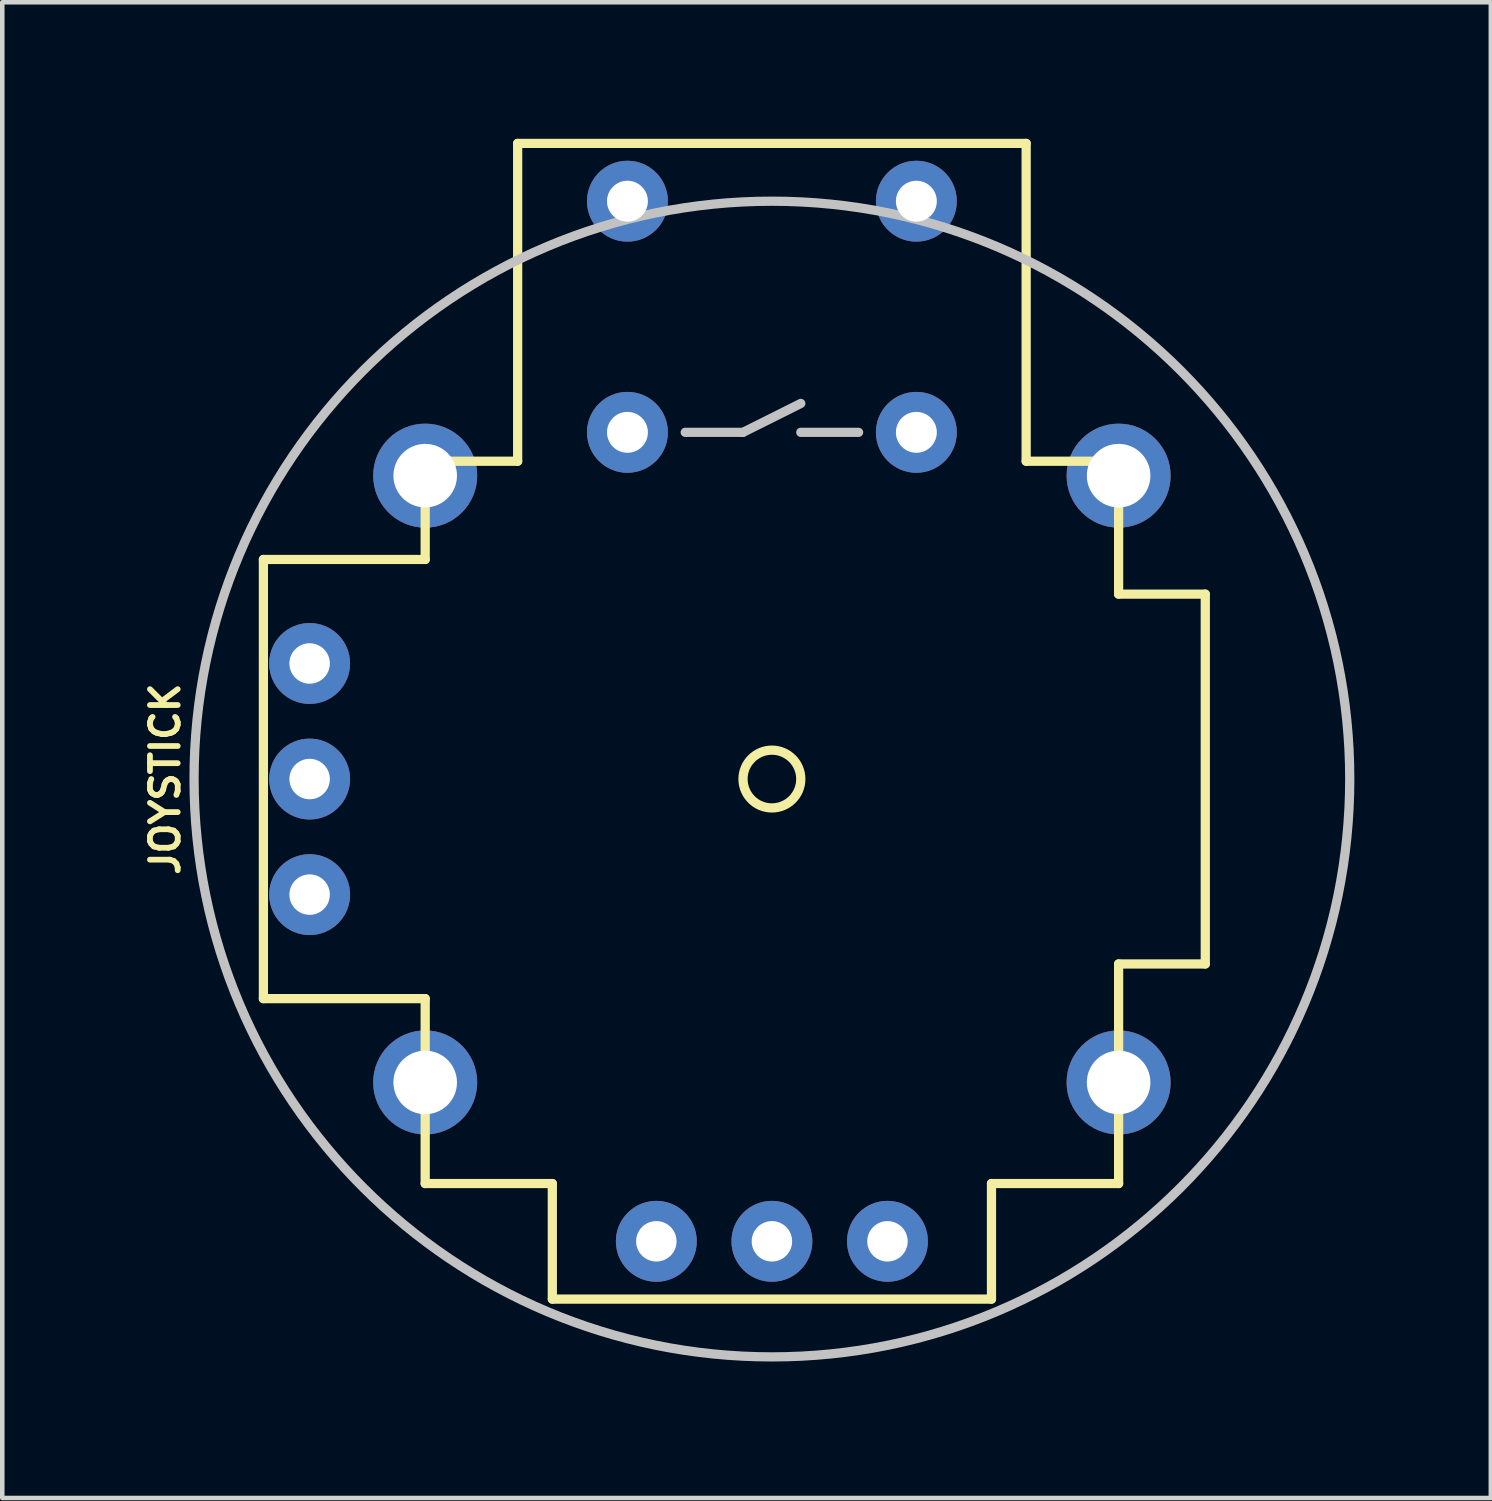
<source format=kicad_pcb>
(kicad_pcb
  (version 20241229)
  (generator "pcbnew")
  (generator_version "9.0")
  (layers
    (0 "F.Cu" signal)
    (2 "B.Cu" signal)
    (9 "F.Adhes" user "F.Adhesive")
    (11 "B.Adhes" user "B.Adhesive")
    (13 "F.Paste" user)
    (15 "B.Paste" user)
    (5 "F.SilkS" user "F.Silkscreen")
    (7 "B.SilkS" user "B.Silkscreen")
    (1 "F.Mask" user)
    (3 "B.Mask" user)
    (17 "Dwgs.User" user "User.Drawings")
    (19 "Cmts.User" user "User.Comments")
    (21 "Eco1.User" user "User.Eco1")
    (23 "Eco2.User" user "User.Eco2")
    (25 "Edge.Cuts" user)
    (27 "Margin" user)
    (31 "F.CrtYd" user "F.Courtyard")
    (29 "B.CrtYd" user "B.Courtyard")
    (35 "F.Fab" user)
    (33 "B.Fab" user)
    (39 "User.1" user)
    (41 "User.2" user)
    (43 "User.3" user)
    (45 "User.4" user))
  (footprint "JOYSTICK"
    (layer "F.Cu")
    (at 13.915 14.072)
    (property "Reference" "JOYSTICK" (at -13.335 0 90) (layer "F.SilkS") (effects (font (size 0.61 0.61) (thickness 0.127))))
    (attr exclude_from_pos_files exclude_from_bom)
    (fp_line (start -11.176 -4.826) (end -11.176 4.826) (stroke (width 0.203) (type solid)) (layer "F.SilkS"))
    (fp_line (start -7.62 -4.826) (end -11.176 -4.826) (stroke (width 0.203) (type solid)) (layer "F.SilkS"))
    (fp_line (start -7.62 -4.826) (end -7.62 -6.985) (stroke (width 0.203) (type solid)) (layer "F.SilkS"))
    (fp_line (start -7.62 4.826) (end -11.176 4.826) (stroke (width 0.203) (type solid)) (layer "F.SilkS"))
    (fp_line (start -7.62 4.826) (end -7.62 8.89) (stroke (width 0.203) (type solid)) (layer "F.SilkS"))
    (fp_line (start -5.588 -13.97) (end -5.588 -6.985) (stroke (width 0.203) (type solid)) (layer "F.SilkS"))
    (fp_line (start -5.588 -6.985) (end -7.62 -6.985) (stroke (width 0.203) (type solid)) (layer "F.SilkS"))
    (fp_line (start -4.826 8.89) (end -7.62 8.89) (stroke (width 0.203) (type solid)) (layer "F.SilkS"))
    (fp_line (start -4.826 11.43) (end -4.826 8.89) (stroke (width 0.203) (type solid)) (layer "F.SilkS"))
    (fp_line (start 4.826 8.89) (end 7.62 8.89) (stroke (width 0.203) (type solid)) (layer "F.SilkS"))
    (fp_line (start 4.826 11.43) (end -4.826 11.43) (stroke (width 0.203) (type solid)) (layer "F.SilkS"))
    (fp_line (start 4.826 11.43) (end 4.826 8.89) (stroke (width 0.203) (type solid)) (layer "F.SilkS"))
    (fp_line (start 5.588 -13.97) (end -5.588 -13.97) (stroke (width 0.203) (type solid)) (layer "F.SilkS"))
    (fp_line (start 5.588 -13.97) (end 5.588 -6.985) (stroke (width 0.203) (type solid)) (layer "F.SilkS"))
    (fp_line (start 7.62 -6.985) (end 5.588 -6.985) (stroke (width 0.203) (type solid)) (layer "F.SilkS"))
    (fp_line (start 7.62 -4.064) (end 7.62 -6.985) (stroke (width 0.203) (type solid)) (layer "F.SilkS"))
    (fp_line (start 7.62 -4.064) (end 9.525 -4.064) (stroke (width 0.203) (type solid)) (layer "F.SilkS"))
    (fp_line (start 7.62 4.064) (end 7.62 8.89) (stroke (width 0.203) (type solid)) (layer "F.SilkS"))
    (fp_line (start 7.62 4.064) (end 9.525 4.064) (stroke (width 0.203) (type solid)) (layer "F.SilkS"))
    (fp_line (start 9.525 -4.064) (end 9.525 4.064) (stroke (width 0.203) (type solid)) (layer "F.SilkS"))
    (fp_circle (center 0 0) (end 0 -0.635) (stroke (width 0.203) (type solid)) (fill no) (layer "F.SilkS"))
    (fp_line (start -1.905 -7.62) (end -0.635 -7.62) (stroke (width 0.203) (type solid)) (layer "Dwgs.User"))
    (fp_line (start -0.635 -7.62) (end 0.635 -8.255) (stroke (width 0.203) (type solid)) (layer "Dwgs.User"))
    (fp_line (start 0.635 -7.62) (end 1.905 -7.62) (stroke (width 0.203) (type solid)) (layer "Dwgs.User"))
    (fp_circle (center 0 0) (end 0 -12.7) (stroke (width 0.203) (type solid)) (fill no) (layer "Dwgs.User"))
    (pad "B1A" thru_hole circle (at -3.175 -12.7) (size 1.778 1.778) (drill 0.899) (layers "*.Cu" "*.Mask"))
    (pad "B1B" thru_hole circle (at 3.175 -12.7) (size 1.778 1.778) (drill 0.899) (layers "*.Cu" "*.Mask"))
    (pad "B2A" thru_hole circle (at -3.175 -7.62) (size 1.778 1.778) (drill 0.899) (layers "*.Cu" "*.Mask"))
    (pad "B2B" thru_hole circle (at 3.175 -7.62) (size 1.778 1.778) (drill 0.899) (layers "*.Cu" "*.Mask"))
    (pad "H1" thru_hole circle (at -2.54 10.16) (size 1.778 1.778) (drill 0.889) (layers "*.Cu" "*.Mask"))
    (pad "H2" thru_hole circle (at 0 10.16) (size 1.778 1.778) (drill 0.889) (layers "*.Cu" "*.Mask"))
    (pad "H3" thru_hole circle (at 2.54 10.16) (size 1.778 1.778) (drill 0.889) (layers "*.Cu" "*.Mask"))
    (pad "MOUN" thru_hole circle (at -7.62 -6.668) (size 2.286 2.286) (drill 1.397) (layers "*.Cu" "*.Mask"))
    (pad "MOUN" thru_hole circle (at -7.62 6.668) (size 2.286 2.286) (drill 1.397) (layers "*.Cu" "*.Mask"))
    (pad "MOUN" thru_hole circle (at 7.62 -6.668) (size 2.286 2.286) (drill 1.397) (layers "*.Cu" "*.Mask"))
    (pad "MOUN" thru_hole circle (at 7.62 6.668) (size 2.286 2.286) (drill 1.397) (layers "*.Cu" "*.Mask"))
    (pad "V1" thru_hole circle (at -10.16 -2.54) (size 1.778 1.778) (drill 0.889) (layers "*.Cu" "*.Mask"))
    (pad "V2" thru_hole circle (at -10.16 0) (size 1.778 1.778) (drill 0.889) (layers "*.Cu" "*.Mask"))
    (pad "V3" thru_hole circle (at -10.16 2.54) (size 1.778 1.778) (drill 0.889) (layers "*.Cu" "*.Mask")))
  (gr_rect
    (start -3 -3)
    (end 29.716 29.873)
    (stroke (width 0.1) (type default))
    (fill no)
    (layer "Edge.Cuts")))
</source>
